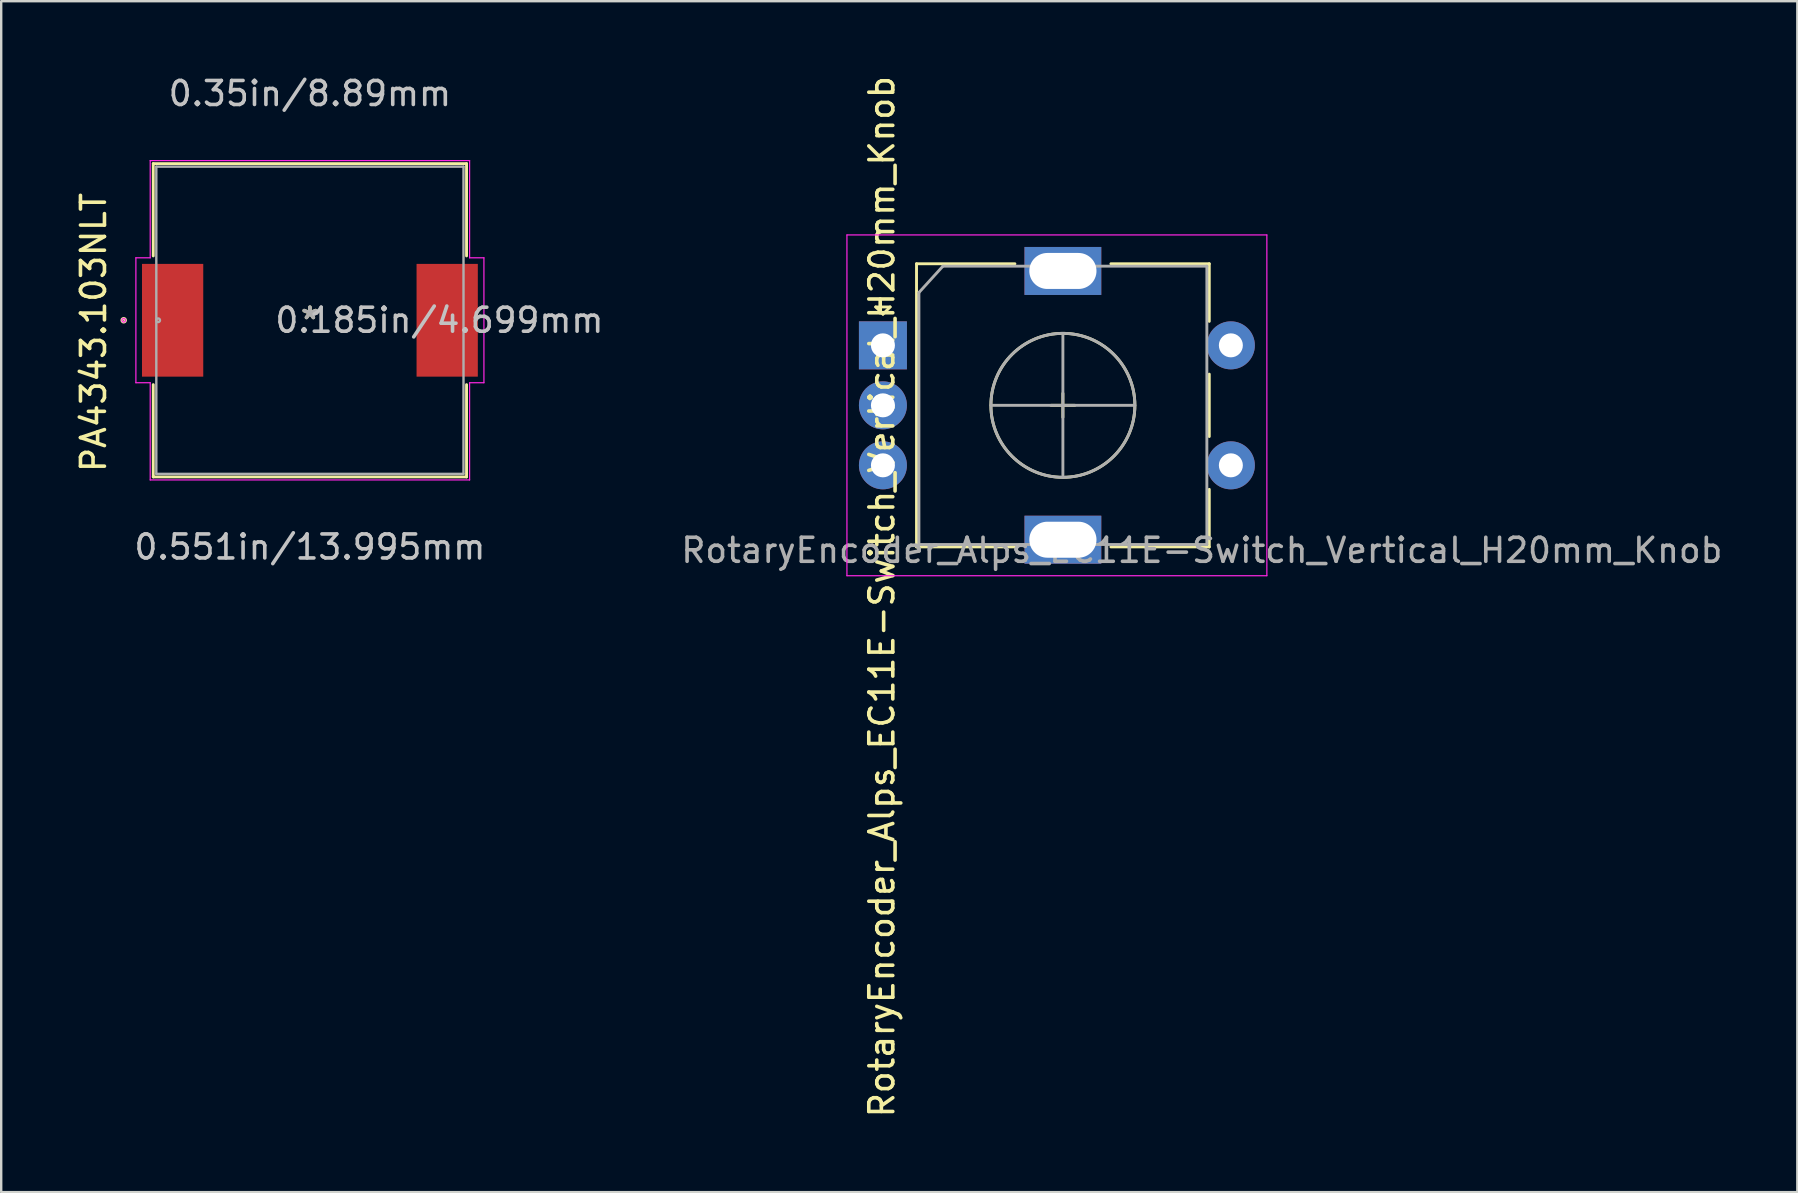
<source format=kicad_pcb>
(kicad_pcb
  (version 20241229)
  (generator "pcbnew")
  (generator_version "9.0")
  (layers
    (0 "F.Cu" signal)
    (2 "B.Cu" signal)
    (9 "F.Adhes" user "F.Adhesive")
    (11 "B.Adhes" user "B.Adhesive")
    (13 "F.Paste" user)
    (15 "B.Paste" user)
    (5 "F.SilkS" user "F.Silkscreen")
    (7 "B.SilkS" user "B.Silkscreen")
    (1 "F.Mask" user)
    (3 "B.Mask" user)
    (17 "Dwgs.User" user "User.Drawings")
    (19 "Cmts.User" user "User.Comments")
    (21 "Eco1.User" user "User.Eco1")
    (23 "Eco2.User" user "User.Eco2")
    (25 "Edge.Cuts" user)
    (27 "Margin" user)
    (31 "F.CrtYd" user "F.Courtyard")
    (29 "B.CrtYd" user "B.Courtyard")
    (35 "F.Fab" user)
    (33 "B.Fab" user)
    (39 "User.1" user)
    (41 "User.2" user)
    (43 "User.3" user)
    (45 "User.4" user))
  (footprint "RotaryEncoder_Alps_EC11E-Switch_Vertical_H20mm_Knob"
    (layer "F.Cu")
    (at 41.248 13.846)
    (property "Reference" "RotaryEncoder_Alps_EC11E-Switch_Vertical_H20mm_Knob" (at -7.547 7.97 90) (layer "F.SilkS") (effects (font (size 1 1) (thickness 0.15))))
    (attr through_hole)
    (fp_line (start -7.803 -4.104) (end -7.203 -4.104) (stroke (width 0.12) (type solid)) (layer "F.SilkS"))
    (fp_line (start -7.503 -3.804) (end -7.803 -4.104) (stroke (width 0.12) (type solid)) (layer "F.SilkS"))
    (fp_line (start -7.203 -4.104) (end -7.503 -3.804) (stroke (width 0.12) (type solid)) (layer "F.SilkS"))
    (fp_line (start -6.103 -5.904) (end -6.103 5.896) (stroke (width 0.12) (type solid)) (layer "F.SilkS"))
    (fp_line (start -2.003 -5.904) (end -6.103 -5.904) (stroke (width 0.12) (type solid)) (layer "F.SilkS"))
    (fp_line (start -2.003 5.896) (end -6.103 5.896) (stroke (width 0.12) (type solid)) (layer "F.SilkS"))
    (fp_line (start -0.503 -0.004) (end 0.497 -0.004) (stroke (width 0.12) (type solid)) (layer "F.SilkS"))
    (fp_line (start -0.003 -0.504) (end -0.003 0.496) (stroke (width 0.12) (type solid)) (layer "F.SilkS"))
    (fp_line (start 1.997 -5.904) (end 6.097 -5.904) (stroke (width 0.12) (type solid)) (layer "F.SilkS"))
    (fp_line (start 6.097 -5.904) (end 6.097 -3.504) (stroke (width 0.12) (type solid)) (layer "F.SilkS"))
    (fp_line (start 6.097 -1.304) (end 6.097 1.296) (stroke (width 0.12) (type solid)) (layer "F.SilkS"))
    (fp_line (start 6.097 3.496) (end 6.097 5.896) (stroke (width 0.12) (type solid)) (layer "F.SilkS"))
    (fp_line (start 6.097 5.896) (end 1.997 5.896) (stroke (width 0.12) (type solid)) (layer "F.SilkS"))
    (fp_circle (center -0.003 -0.004) (end 2.997 -0.004) (stroke (width 0.12) (type solid)) (fill no) (layer "F.SilkS"))
    (fp_line (start -9.003 -7.104) (end -9.003 7.096) (stroke (width 0.05) (type solid)) (layer "F.CrtYd"))
    (fp_line (start -9.003 -7.104) (end 8.497 -7.104) (stroke (width 0.05) (type solid)) (layer "F.CrtYd"))
    (fp_line (start 8.497 7.096) (end -9.003 7.096) (stroke (width 0.05) (type solid)) (layer "F.CrtYd"))
    (fp_line (start 8.497 7.096) (end 8.497 -7.104) (stroke (width 0.05) (type solid)) (layer "F.CrtYd"))
    (fp_line (start -6.003 -4.704) (end -5.003 -5.804) (stroke (width 0.12) (type solid)) (layer "F.Fab"))
    (fp_line (start -6.003 5.796) (end -6.003 -4.704) (stroke (width 0.12) (type solid)) (layer "F.Fab"))
    (fp_line (start -5.003 -5.804) (end 5.997 -5.804) (stroke (width 0.12) (type solid)) (layer "F.Fab"))
    (fp_line (start -3.003 -0.004) (end 2.997 -0.004) (stroke (width 0.12) (type solid)) (layer "F.Fab"))
    (fp_line (start -0.003 -3.004) (end -0.003 2.996) (stroke (width 0.12) (type solid)) (layer "F.Fab"))
    (fp_line (start 5.997 -5.804) (end 5.997 5.796) (stroke (width 0.12) (type solid)) (layer "F.Fab"))
    (fp_line (start 5.997 5.796) (end -6.003 5.796) (stroke (width 0.12) (type solid)) (layer "F.Fab"))
    (fp_circle (center -0.003 -0.004) (end 2.997 -0.004) (stroke (width 0.12) (type solid)) (fill no) (layer "F.Fab"))
    (fp_text user "${REFERENCE}" (at 5.788 6.039 0) (layer "F.Fab") (effects (font (size 1 1) (thickness 0.15))))
    (pad "A" thru_hole rect (at -7.503 -2.504) (size 2 2) (drill 1) (layers "*.Cu" "*.Mask"))
    (pad "B" thru_hole circle (at -7.503 2.496) (size 2 2) (drill 1) (layers "*.Cu" "*.Mask"))
    (pad "C" thru_hole circle (at -7.503 -0.004) (size 2 2) (drill 1) (layers "*.Cu" "*.Mask"))
    (pad "MH1" thru_hole rect (at -0.003 -5.604) (size 3.2 2) (drill oval 2.8 1.5) (layers "*.Cu" "*.Mask"))
    (pad "MH2" thru_hole rect (at -0.003 5.596) (size 3.2 2) (drill oval 2.8 1.5) (layers "*.Cu" "*.Mask"))
    (pad "S1" thru_hole circle (at 6.997 -2.504) (size 2 2) (drill 1) (layers "*.Cu" "*.Mask"))
    (pad "S2" thru_hole circle (at 6.997 2.496) (size 2 2) (drill 1) (layers "*.Cu" "*.Mask")))
  (footprint "PA4343.103NLT"
    (layer "F.Cu")
    (at 9.865 10.297)
    (property "Reference" "PA4343.103NLT" (at -9.017 0.508 90) (layer "F.SilkS") (effects (font (size 1 1) (thickness 0.15))))
    (attr through_hole)
    (fp_line (start -6.528 -6.528) (end -6.528 -2.682) (stroke (width 0.12) (type solid)) (layer "F.SilkS"))
    (fp_line (start -6.528 2.682) (end -6.528 6.528) (stroke (width 0.12) (type solid)) (layer "F.SilkS"))
    (fp_line (start -6.528 6.528) (end 6.528 6.528) (stroke (width 0.12) (type solid)) (layer "F.SilkS"))
    (fp_line (start 6.528 -6.528) (end -6.528 -6.528) (stroke (width 0.12) (type solid)) (layer "F.SilkS"))
    (fp_line (start 6.528 -2.682) (end 6.528 -6.528) (stroke (width 0.12) (type solid)) (layer "F.SilkS"))
    (fp_line (start 6.528 6.528) (end 6.528 2.682) (stroke (width 0.12) (type solid)) (layer "F.SilkS"))
    (fp_circle (center -7.76 0) (end -7.684 0) (stroke (width 0.12) (type solid)) (fill no) (layer "F.SilkS"))
    (fp_line (start -7.252 -2.603) (end -6.655 -2.603) (stroke (width 0.05) (type solid)) (layer "F.CrtYd"))
    (fp_line (start -7.252 2.603) (end -7.252 -2.603) (stroke (width 0.05) (type solid)) (layer "F.CrtYd"))
    (fp_line (start -6.655 -6.655) (end 6.655 -6.655) (stroke (width 0.05) (type solid)) (layer "F.CrtYd"))
    (fp_line (start -6.655 -2.603) (end -6.655 -6.655) (stroke (width 0.05) (type solid)) (layer "F.CrtYd"))
    (fp_line (start -6.655 2.603) (end -7.252 2.603) (stroke (width 0.05) (type solid)) (layer "F.CrtYd"))
    (fp_line (start -6.655 6.655) (end -6.655 2.603) (stroke (width 0.05) (type solid)) (layer "F.CrtYd"))
    (fp_line (start 6.655 -6.655) (end 6.655 -2.603) (stroke (width 0.05) (type solid)) (layer "F.CrtYd"))
    (fp_line (start 6.655 -2.603) (end 7.252 -2.603) (stroke (width 0.05) (type solid)) (layer "F.CrtYd"))
    (fp_line (start 6.655 2.603) (end 6.655 6.655) (stroke (width 0.05) (type solid)) (layer "F.CrtYd"))
    (fp_line (start 6.655 6.655) (end -6.655 6.655) (stroke (width 0.05) (type solid)) (layer "F.CrtYd"))
    (fp_line (start 7.252 -2.603) (end 7.252 2.603) (stroke (width 0.05) (type solid)) (layer "F.CrtYd"))
    (fp_line (start 7.252 2.603) (end 6.655 2.603) (stroke (width 0.05) (type solid)) (layer "F.CrtYd"))
    (fp_circle (center -7.76 0) (end -7.684 0) (stroke (width 0.05) (type solid)) (fill no) (layer "F.CrtYd"))
    (fp_line (start -6.401 -6.401) (end -6.401 6.401) (stroke (width 0.1) (type solid)) (layer "F.Fab"))
    (fp_line (start -6.401 6.401) (end 6.401 6.401) (stroke (width 0.1) (type solid)) (layer "F.Fab"))
    (fp_line (start 6.401 -6.401) (end -6.401 -6.401) (stroke (width 0.1) (type solid)) (layer "F.Fab"))
    (fp_line (start 6.401 6.401) (end 6.401 -6.401) (stroke (width 0.1) (type solid)) (layer "F.Fab"))
    (fp_circle (center -6.325 0) (end -6.248 0) (stroke (width 0.1) (type solid)) (fill no) (layer "F.Fab"))
    (fp_text user "*" (at 0 0 0) (layer "F.SilkS") (effects (font (size 1 1) (thickness 0.15))))
    (fp_text user "0.551in/13.995mm" (at 0 9.449 0) (layer "Dwgs.User") (effects (font (size 1 1) (thickness 0.15))))
    (fp_text user "0.185in/4.699mm" (at 5.397 0 0) (layer "Dwgs.User") (effects (font (size 1 1) (thickness 0.15))))
    (fp_text user "0.35in/8.89mm" (at 0 -9.449 0) (layer "Dwgs.User") (effects (font (size 1 1) (thickness 0.15))))
    (fp_text user "Copyright 2021 Accelerated Designs. All rights reserved." (at 0 0 0) (layer "Cmts.User") (effects (font (size 0.127 0.127) (thickness 0.002))))
    (fp_text user "*" (at 0 0 0) (layer "F.Fab") (effects (font (size 1 1) (thickness 0.15))))
    (pad "1" smd rect (at -5.721 0) (size 2.553 4.699) (layers "F.Cu" "F.Mask" "F.Paste"))
    (pad "2" smd rect (at 5.721 0) (size 2.553 4.699) (layers "F.Cu" "F.Mask" "F.Paste")))
  (gr_rect
    (start -3 -3)
    (end 71.852 46.631)
    (stroke (width 0.1) (type default))
    (fill no)
    (layer "Edge.Cuts")))
</source>
